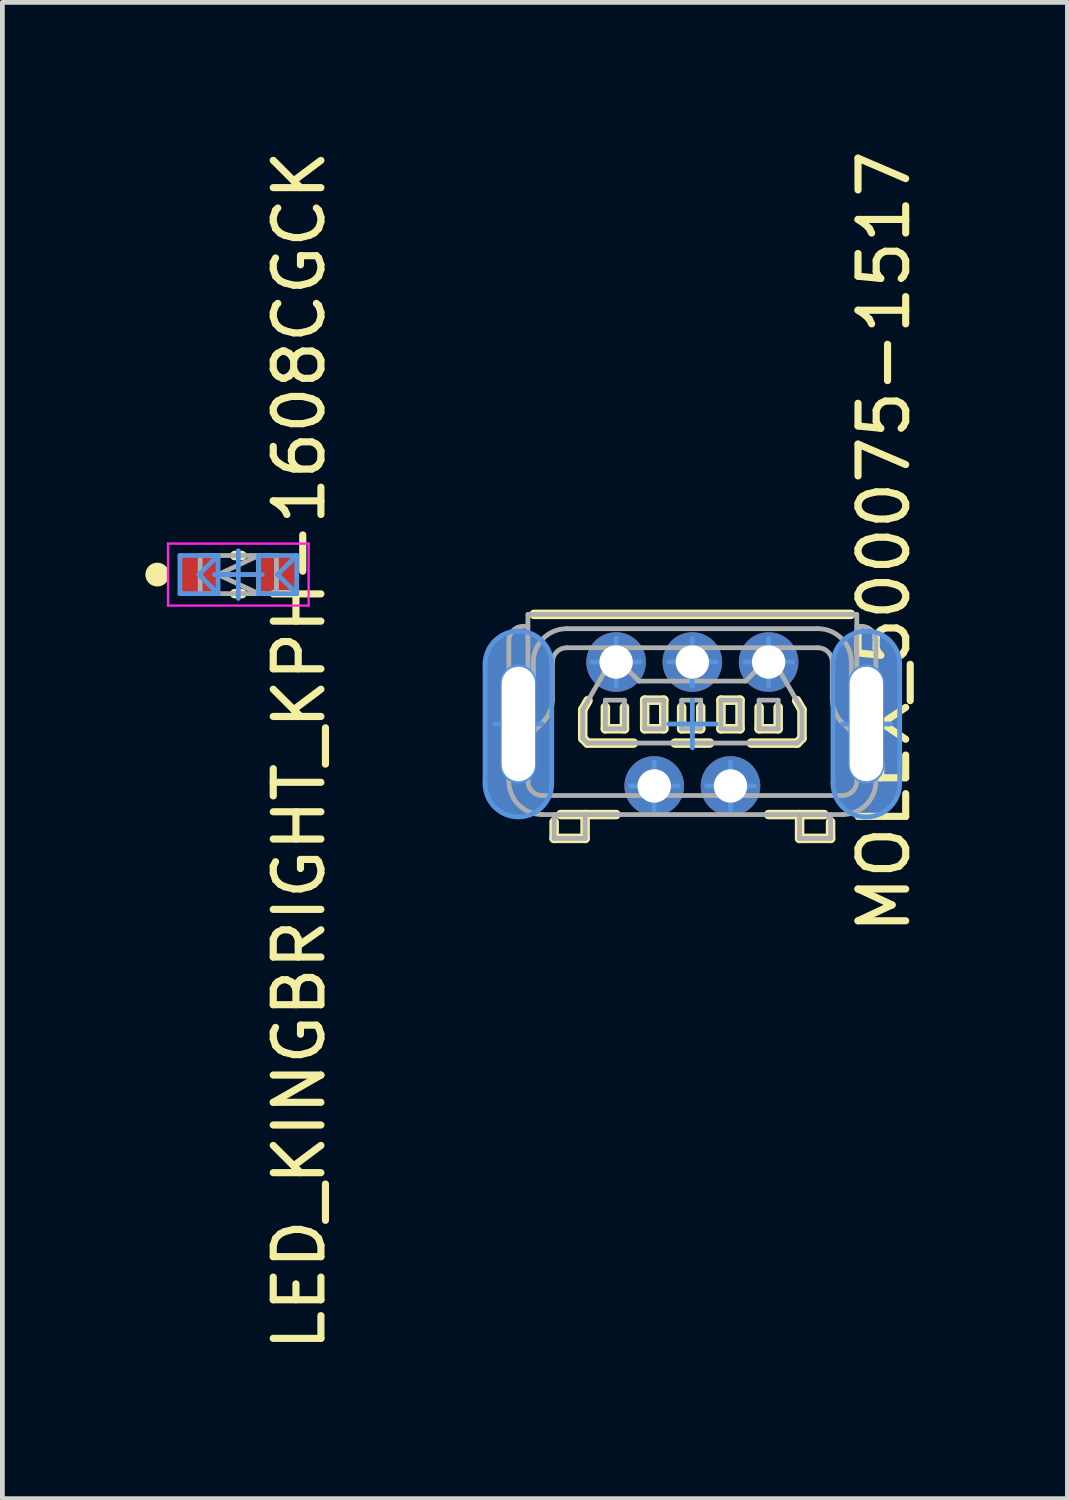
<source format=kicad_pcb>
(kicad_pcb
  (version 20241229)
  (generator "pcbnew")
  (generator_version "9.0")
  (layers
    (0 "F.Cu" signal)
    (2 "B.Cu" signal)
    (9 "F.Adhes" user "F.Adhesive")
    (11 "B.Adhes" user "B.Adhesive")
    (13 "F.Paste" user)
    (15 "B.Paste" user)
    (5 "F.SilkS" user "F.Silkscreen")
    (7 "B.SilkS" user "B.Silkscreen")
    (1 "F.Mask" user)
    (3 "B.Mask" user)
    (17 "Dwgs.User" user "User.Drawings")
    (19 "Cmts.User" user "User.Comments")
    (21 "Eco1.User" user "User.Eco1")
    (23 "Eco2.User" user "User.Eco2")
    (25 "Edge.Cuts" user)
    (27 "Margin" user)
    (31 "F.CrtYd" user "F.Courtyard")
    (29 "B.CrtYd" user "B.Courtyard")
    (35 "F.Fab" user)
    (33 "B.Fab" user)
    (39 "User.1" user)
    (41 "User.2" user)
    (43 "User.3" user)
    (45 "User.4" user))
  (footprint "LED_KINGBRIGHT_KPH-1608CGCK"
    (layer "F.Cu")
    (at 1.95 9.005)
    (property "Reference" "LED_KINGBRIGHT_KPH-1608CGCK" (at 1.278 3.691 90) (layer "F.SilkS") (effects (font (size 1 1) (thickness 0.15))))
    (attr smd)
    (fp_line (start -0.075 -0.4) (end 0.075 -0.4) (stroke (width 0.2) (type solid)) (layer "F.SilkS"))
    (fp_line (start -0.075 0.4) (end 0.075 0.4) (stroke (width 0.2) (type solid)) (layer "F.SilkS"))
    (fp_circle (center -1.7 0) (end -1.575 0) (stroke (width 0.25) (type solid)) (fill no) (layer "F.SilkS"))
    (fp_line (start -1.225 -0.4) (end -0.425 -0.4) (stroke (width 0.1) (type solid)) (layer "Cmts.User"))
    (fp_line (start -1.225 0.4) (end -1.225 -0.4) (stroke (width 0.1) (type solid)) (layer "Cmts.User"))
    (fp_line (start -1.225 0.4) (end -0.425 0.4) (stroke (width 0.1) (type solid)) (layer "Cmts.User"))
    (fp_line (start -0.825 0) (end -0.425 -0.4) (stroke (width 0.1) (type solid)) (layer "Cmts.User"))
    (fp_line (start -0.825 0) (end -0.425 0.4) (stroke (width 0.1) (type solid)) (layer "Cmts.User"))
    (fp_line (start -0.5 0) (end 0 0) (stroke (width 0.1) (type solid)) (layer "Cmts.User"))
    (fp_line (start -0.425 0) (end 0.425 0) (stroke (width 0.1) (type solid)) (layer "Cmts.User"))
    (fp_line (start -0.425 0.4) (end -0.425 -0.4) (stroke (width 0.1) (type solid)) (layer "Cmts.User"))
    (fp_line (start 0 0) (end 0 -0.5) (stroke (width 0.1) (type solid)) (layer "Cmts.User"))
    (fp_line (start 0 0) (end 0.5 0) (stroke (width 0.1) (type solid)) (layer "Cmts.User"))
    (fp_line (start 0 0.5) (end 0 0) (stroke (width 0.1) (type solid)) (layer "Cmts.User"))
    (fp_line (start 0.425 -0.4) (end 1.225 -0.4) (stroke (width 0.1) (type solid)) (layer "Cmts.User"))
    (fp_line (start 0.425 0.4) (end 0.425 -0.4) (stroke (width 0.1) (type solid)) (layer "Cmts.User"))
    (fp_line (start 0.425 0.4) (end 1.225 0.4) (stroke (width 0.1) (type solid)) (layer "Cmts.User"))
    (fp_line (start 0.825 0) (end 1.225 -0.4) (stroke (width 0.1) (type solid)) (layer "Cmts.User"))
    (fp_line (start 0.825 0) (end 1.225 0.4) (stroke (width 0.1) (type solid)) (layer "Cmts.User"))
    (fp_line (start 1.225 0.4) (end 1.225 -0.4) (stroke (width 0.1) (type solid)) (layer "Cmts.User"))
    (fp_line (start -1.475 -0.65) (end 1.475 -0.65) (stroke (width 0.05) (type solid)) (layer "F.CrtYd"))
    (fp_line (start -1.475 0.65) (end -1.475 -0.65) (stroke (width 0.05) (type solid)) (layer "F.CrtYd"))
    (fp_line (start -1.475 0.65) (end 1.475 0.65) (stroke (width 0.05) (type solid)) (layer "F.CrtYd"))
    (fp_line (start 1.475 0.65) (end 1.475 -0.65) (stroke (width 0.05) (type solid)) (layer "F.CrtYd"))
    (fp_line (start -0.8 -0.4) (end 0.8 -0.4) (stroke (width 0.1) (type solid)) (layer "F.Fab"))
    (fp_line (start -0.8 0.4) (end -0.8 -0.4) (stroke (width 0.1) (type solid)) (layer "F.Fab"))
    (fp_line (start -0.8 0.4) (end 0.8 0.4) (stroke (width 0.1) (type solid)) (layer "F.Fab"))
    (fp_line (start -0.425 0) (end 0.425 -0.4) (stroke (width 0.1) (type solid)) (layer "F.Fab"))
    (fp_line (start -0.425 0) (end 0.425 0.4) (stroke (width 0.1) (type solid)) (layer "F.Fab"))
    (fp_line (start 0.425 0.4) (end 0.425 -0.4) (stroke (width 0.1) (type solid)) (layer "F.Fab"))
    (fp_line (start 0.8 0.4) (end 0.8 -0.4) (stroke (width 0.1) (type solid)) (layer "F.Fab"))
    (pad "1" smd rect (at -0.825 0) (size 0.8 0.8) (layers "F.Cu" "F.Mask" "F.Paste"))
    (pad "2" smd rect (at 0.825 0) (size 0.8 0.8) (layers "F.Cu" "F.Mask" "F.Paste")))
  (footprint "MOLEX_500075-1517"
    (layer "F.Cu")
    (at 11.476 12.14)
    (property "Reference" "MOLEX_500075-1517" (at 4.021 -3.824 270) (layer "F.SilkS") (effects (font (size 1 1) (thickness 0.15))))
    (attr through_hole)
    (fp_line (start -3.322 -2.3) (end 3.322 -2.3) (stroke (width 0.2) (type solid)) (layer "F.SilkS"))
    (fp_line (start -2.9 2.4) (end -2.9 2.055) (stroke (width 0.2) (type solid)) (layer "F.SilkS"))
    (fp_line (start -2.9 2.4) (end -2.25 2.4) (stroke (width 0.2) (type solid)) (layer "F.SilkS"))
    (fp_line (start -2.763 1.9) (end -1.6 1.9) (stroke (width 0.2) (type solid)) (layer "F.SilkS"))
    (fp_line (start -2.3 -0.3) (end -2.189 -0.492) (stroke (width 0.2) (type solid)) (layer "F.SilkS"))
    (fp_line (start -2.3 0.3) (end -2.3 -0.3) (stroke (width 0.2) (type solid)) (layer "F.SilkS"))
    (fp_line (start -2.3 0.3) (end -2.2 0.4) (stroke (width 0.2) (type solid)) (layer "F.SilkS"))
    (fp_line (start -2.25 2.4) (end -2.25 1.9) (stroke (width 0.2) (type solid)) (layer "F.SilkS"))
    (fp_line (start -2.2 0.4) (end -1.236 0.4) (stroke (width 0.2) (type solid)) (layer "F.SilkS"))
    (fp_line (start -1.825 0.1) (end -1.825 -0.35) (stroke (width 0.2) (type solid)) (layer "F.SilkS"))
    (fp_line (start -1.825 0.1) (end -1.425 0.1) (stroke (width 0.2) (type solid)) (layer "F.SilkS"))
    (fp_line (start -1.425 0.1) (end -1.425 -0.35) (stroke (width 0.2) (type solid)) (layer "F.SilkS"))
    (fp_line (start -1 -0.5) (end -0.6 -0.5) (stroke (width 0.2) (type solid)) (layer "F.SilkS"))
    (fp_line (start -1 0.1) (end -1 -0.5) (stroke (width 0.2) (type solid)) (layer "F.SilkS"))
    (fp_line (start -1 0.1) (end -0.6 0.1) (stroke (width 0.2) (type solid)) (layer "F.SilkS"))
    (fp_line (start -0.6 0.1) (end -0.6 -0.5) (stroke (width 0.2) (type solid)) (layer "F.SilkS"))
    (fp_line (start -0.364 0.4) (end 0.364 0.4) (stroke (width 0.2) (type solid)) (layer "F.SilkS"))
    (fp_line (start -0.225 0.1) (end -0.225 -0.35) (stroke (width 0.2) (type solid)) (layer "F.SilkS"))
    (fp_line (start -0.225 0.1) (end 0.175 0.1) (stroke (width 0.2) (type solid)) (layer "F.SilkS"))
    (fp_line (start 0.175 0.1) (end 0.175 -0.35) (stroke (width 0.2) (type solid)) (layer "F.SilkS"))
    (fp_line (start 0.6 -0.5) (end 1 -0.5) (stroke (width 0.2) (type solid)) (layer "F.SilkS"))
    (fp_line (start 0.6 0.1) (end 0.6 -0.5) (stroke (width 0.2) (type solid)) (layer "F.SilkS"))
    (fp_line (start 0.6 0.1) (end 1 0.1) (stroke (width 0.2) (type solid)) (layer "F.SilkS"))
    (fp_line (start 1 0.1) (end 1 -0.5) (stroke (width 0.2) (type solid)) (layer "F.SilkS"))
    (fp_line (start 1.236 0.4) (end 2.2 0.4) (stroke (width 0.2) (type solid)) (layer "F.SilkS"))
    (fp_line (start 1.4 0.1) (end 1.4 -0.35) (stroke (width 0.2) (type solid)) (layer "F.SilkS"))
    (fp_line (start 1.4 0.1) (end 1.8 0.1) (stroke (width 0.2) (type solid)) (layer "F.SilkS"))
    (fp_line (start 1.6 1.9) (end 2.763 1.9) (stroke (width 0.2) (type solid)) (layer "F.SilkS"))
    (fp_line (start 1.8 0.1) (end 1.8 -0.35) (stroke (width 0.2) (type solid)) (layer "F.SilkS"))
    (fp_line (start 2.189 -0.492) (end 2.3 -0.3) (stroke (width 0.2) (type solid)) (layer "F.SilkS"))
    (fp_line (start 2.2 0.4) (end 2.3 0.3) (stroke (width 0.2) (type solid)) (layer "F.SilkS"))
    (fp_line (start 2.25 2.4) (end 2.25 1.9) (stroke (width 0.2) (type solid)) (layer "F.SilkS"))
    (fp_line (start 2.25 2.4) (end 2.9 2.4) (stroke (width 0.2) (type solid)) (layer "F.SilkS"))
    (fp_line (start 2.3 0.3) (end 2.3 -0.3) (stroke (width 0.2) (type solid)) (layer "F.SilkS"))
    (fp_line (start 2.9 2.4) (end 2.9 2.055) (stroke (width 0.2) (type solid)) (layer "F.SilkS"))
    (fp_line (start -4.35 1.25) (end -4.35 -1.25) (stroke (width 0.1) (type solid)) (layer "Cmts.User"))
    (fp_line (start -4.15 0) (end -3.65 0) (stroke (width 0.1) (type solid)) (layer "Cmts.User"))
    (fp_line (start -3.975 0.875) (end -3.975 -0.875) (stroke (width 0.1) (type solid)) (layer "Cmts.User"))
    (fp_line (start -3.65 0) (end -3.65 -0.5) (stroke (width 0.1) (type solid)) (layer "Cmts.User"))
    (fp_line (start -3.65 0) (end -3.15 0) (stroke (width 0.1) (type solid)) (layer "Cmts.User"))
    (fp_line (start -3.65 0.5) (end -3.65 0) (stroke (width 0.1) (type solid)) (layer "Cmts.User"))
    (fp_line (start -3.325 0.875) (end -3.325 -0.875) (stroke (width 0.1) (type solid)) (layer "Cmts.User"))
    (fp_line (start -2.95 1.25) (end -2.95 -1.25) (stroke (width 0.1) (type solid)) (layer "Cmts.User"))
    (fp_line (start -2.1 -1.3) (end -1.6 -1.3) (stroke (width 0.1) (type solid)) (layer "Cmts.User"))
    (fp_line (start -1.6 -1.3) (end -1.6 -1.8) (stroke (width 0.1) (type solid)) (layer "Cmts.User"))
    (fp_line (start -1.6 -1.3) (end -1.1 -1.3) (stroke (width 0.1) (type solid)) (layer "Cmts.User"))
    (fp_line (start -1.6 -0.8) (end -1.6 -1.3) (stroke (width 0.1) (type solid)) (layer "Cmts.User"))
    (fp_line (start -1.3 1.3) (end -0.8 1.3) (stroke (width 0.1) (type solid)) (layer "Cmts.User"))
    (fp_line (start -0.8 1.3) (end -0.8 0.8) (stroke (width 0.1) (type solid)) (layer "Cmts.User"))
    (fp_line (start -0.8 1.3) (end -0.3 1.3) (stroke (width 0.1) (type solid)) (layer "Cmts.User"))
    (fp_line (start -0.8 1.8) (end -0.8 1.3) (stroke (width 0.1) (type solid)) (layer "Cmts.User"))
    (fp_line (start -0.5 -1.3) (end 0 -1.3) (stroke (width 0.1) (type solid)) (layer "Cmts.User"))
    (fp_line (start -0.5 0) (end 0 0) (stroke (width 0.1) (type solid)) (layer "Cmts.User"))
    (fp_line (start 0 -1.3) (end 0 -1.8) (stroke (width 0.1) (type solid)) (layer "Cmts.User"))
    (fp_line (start 0 -1.3) (end 0.5 -1.3) (stroke (width 0.1) (type solid)) (layer "Cmts.User"))
    (fp_line (start 0 -0.8) (end 0 -1.3) (stroke (width 0.1) (type solid)) (layer "Cmts.User"))
    (fp_line (start 0 0) (end 0 -0.5) (stroke (width 0.1) (type solid)) (layer "Cmts.User"))
    (fp_line (start 0 0) (end 0.5 0) (stroke (width 0.1) (type solid)) (layer "Cmts.User"))
    (fp_line (start 0 0.5) (end 0 0) (stroke (width 0.1) (type solid)) (layer "Cmts.User"))
    (fp_line (start 0.3 1.3) (end 0.8 1.3) (stroke (width 0.1) (type solid)) (layer "Cmts.User"))
    (fp_line (start 0.8 1.3) (end 0.8 0.8) (stroke (width 0.1) (type solid)) (layer "Cmts.User"))
    (fp_line (start 0.8 1.3) (end 1.3 1.3) (stroke (width 0.1) (type solid)) (layer "Cmts.User"))
    (fp_line (start 0.8 1.8) (end 0.8 1.3) (stroke (width 0.1) (type solid)) (layer "Cmts.User"))
    (fp_line (start 1.1 -1.3) (end 1.6 -1.3) (stroke (width 0.1) (type solid)) (layer "Cmts.User"))
    (fp_line (start 1.6 -1.3) (end 1.6 -1.8) (stroke (width 0.1) (type solid)) (layer "Cmts.User"))
    (fp_line (start 1.6 -1.3) (end 2.1 -1.3) (stroke (width 0.1) (type solid)) (layer "Cmts.User"))
    (fp_line (start 1.6 -0.8) (end 1.6 -1.3) (stroke (width 0.1) (type solid)) (layer "Cmts.User"))
    (fp_line (start 2.95 1.25) (end 2.95 -1.25) (stroke (width 0.1) (type solid)) (layer "Cmts.User"))
    (fp_line (start 3.15 0) (end 3.65 0) (stroke (width 0.1) (type solid)) (layer "Cmts.User"))
    (fp_line (start 3.325 0.875) (end 3.325 -0.875) (stroke (width 0.1) (type solid)) (layer "Cmts.User"))
    (fp_line (start 3.65 0) (end 3.65 -0.5) (stroke (width 0.1) (type solid)) (layer "Cmts.User"))
    (fp_line (start 3.65 0) (end 4.15 0) (stroke (width 0.1) (type solid)) (layer "Cmts.User"))
    (fp_line (start 3.65 0.5) (end 3.65 0) (stroke (width 0.1) (type solid)) (layer "Cmts.User"))
    (fp_line (start 3.975 0.875) (end 3.975 -0.875) (stroke (width 0.1) (type solid)) (layer "Cmts.User"))
    (fp_line (start 4.35 1.25) (end 4.35 -1.25) (stroke (width 0.1) (type solid)) (layer "Cmts.User"))
    (fp_arc (start -4.35 -1.25) (mid -3.65 -1.95) (end -2.95 -1.25) (stroke (width 0.1) (type solid)) (layer "Cmts.User"))
    (fp_arc (start -3.975 -0.875) (mid -3.65 -1.2) (end -3.325 -0.875) (stroke (width 0.1) (type solid)) (layer "Cmts.User"))
    (fp_arc (start -3.325 0.875) (mid -3.65 1.2) (end -3.975 0.875) (stroke (width 0.1) (type solid)) (layer "Cmts.User"))
    (fp_arc (start -2.95 1.25) (mid -3.65 1.95) (end -4.35 1.25) (stroke (width 0.1) (type solid)) (layer "Cmts.User"))
    (fp_arc (start 2.95 -1.25) (mid 3.65 -1.95) (end 4.35 -1.25) (stroke (width 0.1) (type solid)) (layer "Cmts.User"))
    (fp_arc (start 3.325 -0.875) (mid 3.65 -1.2) (end 3.975 -0.875) (stroke (width 0.1) (type solid)) (layer "Cmts.User"))
    (fp_arc (start 3.975 0.875) (mid 3.65 1.2) (end 3.325 0.875) (stroke (width 0.1) (type solid)) (layer "Cmts.User"))
    (fp_arc (start 4.35 1.25) (mid 3.65 1.95) (end 2.95 1.25) (stroke (width 0.1) (type solid)) (layer "Cmts.User"))
    (fp_line (start -3.85 0.403) (end -3.85 -1.75) (stroke (width 0.1) (type solid)) (layer "F.Fab"))
    (fp_line (start -3.85 1.2) (end -3.85 0.403) (stroke (width 0.1) (type solid)) (layer "F.Fab"))
    (fp_line (start -3.647 -0.089) (end -3.422 -0.317) (stroke (width 0.1) (type solid)) (layer "F.Fab"))
    (fp_line (start -3.55 -2.05) (end -3.45 -2.05) (stroke (width 0.1) (type solid)) (layer "F.Fab"))
    (fp_line (start -3.45 -2.3) (end 3.45 -2.3) (stroke (width 0.1) (type solid)) (layer "F.Fab"))
    (fp_line (start -3.45 -0.288) (end -3.45 -2.3) (stroke (width 0.1) (type solid)) (layer "F.Fab"))
    (fp_line (start -3.45 1.2) (end -3.45 0.403) (stroke (width 0.1) (type solid)) (layer "F.Fab"))
    (fp_line (start -3.363 0.192) (end -3.138 -0.035) (stroke (width 0.1) (type solid)) (layer "F.Fab"))
    (fp_line (start -3.335 -0.528) (end -3.335 -1.3) (stroke (width 0.1) (type solid)) (layer "F.Fab"))
    (fp_line (start -3.15 1.5) (end 3.15 1.5) (stroke (width 0.1) (type solid)) (layer "F.Fab"))
    (fp_line (start -3.15 1.9) (end 3.15 1.9) (stroke (width 0.1) (type solid)) (layer "F.Fab"))
    (fp_line (start -2.935 -0.528) (end -2.935 -1.3) (stroke (width 0.1) (type solid)) (layer "F.Fab"))
    (fp_line (start -2.9 2.4) (end -2.9 1.9) (stroke (width 0.1) (type solid)) (layer "F.Fab"))
    (fp_line (start -2.9 2.4) (end -2.25 2.4) (stroke (width 0.1) (type solid)) (layer "F.Fab"))
    (fp_line (start -2.635 -2) (end 2.635 -2) (stroke (width 0.1) (type solid)) (layer "F.Fab"))
    (fp_line (start -2.635 -1.6) (end 2.635 -1.6) (stroke (width 0.1) (type solid)) (layer "F.Fab"))
    (fp_line (start -2.3 -0.3) (end -1.838 -1.1) (stroke (width 0.1) (type solid)) (layer "F.Fab"))
    (fp_line (start -2.3 0.3) (end -2.3 -0.3) (stroke (width 0.1) (type solid)) (layer "F.Fab"))
    (fp_line (start -2.3 0.3) (end -2.2 0.4) (stroke (width 0.1) (type solid)) (layer "F.Fab"))
    (fp_line (start -2.25 2.4) (end -2.25 1.9) (stroke (width 0.1) (type solid)) (layer "F.Fab"))
    (fp_line (start -2.2 0.4) (end 2.2 0.4) (stroke (width 0.1) (type solid)) (layer "F.Fab"))
    (fp_line (start -1.838 -1.1) (end -1.318 -1.1) (stroke (width 0.1) (type solid)) (layer "F.Fab"))
    (fp_line (start -1.825 -0.5) (end -1.425 -0.5) (stroke (width 0.1) (type solid)) (layer "F.Fab"))
    (fp_line (start -1.825 0.1) (end -1.825 -0.5) (stroke (width 0.1) (type solid)) (layer "F.Fab"))
    (fp_line (start -1.825 0.1) (end -1.425 0.1) (stroke (width 0.1) (type solid)) (layer "F.Fab"))
    (fp_line (start -1.425 0.1) (end -1.425 -0.5) (stroke (width 0.1) (type solid)) (layer "F.Fab"))
    (fp_line (start -1.318 -1.1) (end -1.118 -0.9) (stroke (width 0.1) (type solid)) (layer "F.Fab"))
    (fp_line (start -1.118 -0.9) (end 1.118 -0.9) (stroke (width 0.1) (type solid)) (layer "F.Fab"))
    (fp_line (start -1 -0.5) (end -0.6 -0.5) (stroke (width 0.1) (type solid)) (layer "F.Fab"))
    (fp_line (start -1 0.1) (end -1 -0.5) (stroke (width 0.1) (type solid)) (layer "F.Fab"))
    (fp_line (start -1 0.1) (end -0.6 0.1) (stroke (width 0.1) (type solid)) (layer "F.Fab"))
    (fp_line (start -0.6 0.1) (end -0.6 -0.5) (stroke (width 0.1) (type solid)) (layer "F.Fab"))
    (fp_line (start -0.225 -0.5) (end 0.175 -0.5) (stroke (width 0.1) (type solid)) (layer "F.Fab"))
    (fp_line (start -0.225 0.1) (end -0.225 -0.5) (stroke (width 0.1) (type solid)) (layer "F.Fab"))
    (fp_line (start -0.225 0.1) (end 0.175 0.1) (stroke (width 0.1) (type solid)) (layer "F.Fab"))
    (fp_line (start 0.175 0.1) (end 0.175 -0.5) (stroke (width 0.1) (type solid)) (layer "F.Fab"))
    (fp_line (start 0.6 -0.5) (end 1 -0.5) (stroke (width 0.1) (type solid)) (layer "F.Fab"))
    (fp_line (start 0.6 0.1) (end 0.6 -0.5) (stroke (width 0.1) (type solid)) (layer "F.Fab"))
    (fp_line (start 0.6 0.1) (end 1 0.1) (stroke (width 0.1) (type solid)) (layer "F.Fab"))
    (fp_line (start 1 0.1) (end 1 -0.5) (stroke (width 0.1) (type solid)) (layer "F.Fab"))
    (fp_line (start 1.118 -0.9) (end 1.318 -1.1) (stroke (width 0.1) (type solid)) (layer "F.Fab"))
    (fp_line (start 1.318 -1.1) (end 1.838 -1.1) (stroke (width 0.1) (type solid)) (layer "F.Fab"))
    (fp_line (start 1.4 -0.5) (end 1.8 -0.5) (stroke (width 0.1) (type solid)) (layer "F.Fab"))
    (fp_line (start 1.4 0.1) (end 1.4 -0.5) (stroke (width 0.1) (type solid)) (layer "F.Fab"))
    (fp_line (start 1.4 0.1) (end 1.8 0.1) (stroke (width 0.1) (type solid)) (layer "F.Fab"))
    (fp_line (start 1.8 0.1) (end 1.8 -0.5) (stroke (width 0.1) (type solid)) (layer "F.Fab"))
    (fp_line (start 1.838 -1.1) (end 2.3 -0.3) (stroke (width 0.1) (type solid)) (layer "F.Fab"))
    (fp_line (start 2.2 0.4) (end 2.3 0.3) (stroke (width 0.1) (type solid)) (layer "F.Fab"))
    (fp_line (start 2.25 2.4) (end 2.25 1.9) (stroke (width 0.1) (type solid)) (layer "F.Fab"))
    (fp_line (start 2.25 2.4) (end 2.9 2.4) (stroke (width 0.1) (type solid)) (layer "F.Fab"))
    (fp_line (start 2.3 0.3) (end 2.3 -0.3) (stroke (width 0.1) (type solid)) (layer "F.Fab"))
    (fp_line (start 2.9 2.4) (end 2.9 1.9) (stroke (width 0.1) (type solid)) (layer "F.Fab"))
    (fp_line (start 2.935 -0.528) (end 2.935 -1.3) (stroke (width 0.1) (type solid)) (layer "F.Fab"))
    (fp_line (start 3.138 -0.035) (end 3.363 0.192) (stroke (width 0.1) (type solid)) (layer "F.Fab"))
    (fp_line (start 3.335 -0.528) (end 3.335 -1.3) (stroke (width 0.1) (type solid)) (layer "F.Fab"))
    (fp_line (start 3.422 -0.317) (end 3.647 -0.089) (stroke (width 0.1) (type solid)) (layer "F.Fab"))
    (fp_line (start 3.45 -2.05) (end 3.55 -2.05) (stroke (width 0.1) (type solid)) (layer "F.Fab"))
    (fp_line (start 3.45 -0.288) (end 3.45 -2.3) (stroke (width 0.1) (type solid)) (layer "F.Fab"))
    (fp_line (start 3.45 1.2) (end 3.45 0.403) (stroke (width 0.1) (type solid)) (layer "F.Fab"))
    (fp_line (start 3.85 0.403) (end 3.85 -1.75) (stroke (width 0.1) (type solid)) (layer "F.Fab"))
    (fp_line (start 3.85 1.2) (end 3.85 0.403) (stroke (width 0.1) (type solid)) (layer "F.Fab"))
    (fp_arc (start -3.85 -1.75) (mid -3.762132 -1.962132) (end -3.55 -2.05) (stroke (width 0.1) (type solid)) (layer "F.Fab"))
    (fp_arc (start -3.849329 0.406536) (mid -3.797449 0.138645) (end -3.647 -0.089) (stroke (width 0.1) (type solid)) (layer "F.Fab"))
    (fp_arc (start -3.449813 0.404414) (mid -3.427532 0.289573) (end -3.363 0.192) (stroke (width 0.1) (type solid)) (layer "F.Fab"))
    (fp_arc (start -3.335187 -0.529414) (mid -3.357468 -0.414573) (end -3.422 -0.317) (stroke (width 0.1) (type solid)) (layer "F.Fab"))
    (fp_arc (start -3.335 -1.3) (mid -3.129975 -1.794975) (end -2.635 -2) (stroke (width 0.1) (type solid)) (layer "F.Fab"))
    (fp_arc (start -3.15 1.5) (mid -3.362132 1.412132) (end -3.45 1.2) (stroke (width 0.1) (type solid)) (layer "F.Fab"))
    (fp_arc (start -3.15 1.9) (mid -3.644975 1.694975) (end -3.85 1.2) (stroke (width 0.1) (type solid)) (layer "F.Fab"))
    (fp_arc (start -2.935 -1.3) (mid -2.847132 -1.512132) (end -2.635 -1.6) (stroke (width 0.1) (type solid)) (layer "F.Fab"))
    (fp_arc (start -2.934964 -0.530828) (mid -2.987169 -0.262721) (end -3.138 -0.035) (stroke (width 0.1) (type solid)) (layer "F.Fab"))
    (fp_arc (start 2.635 -2) (mid 3.129975 -1.794975) (end 3.335 -1.3) (stroke (width 0.1) (type solid)) (layer "F.Fab"))
    (fp_arc (start 2.635 -1.6) (mid 2.847132 -1.512132) (end 2.935 -1.3) (stroke (width 0.1) (type solid)) (layer "F.Fab"))
    (fp_arc (start 3.140025 -0.033025) (mid 2.988284 -0.260121) (end 2.935 -0.528) (stroke (width 0.1) (type solid)) (layer "F.Fab"))
    (fp_arc (start 3.362132 0.190868) (mid 3.427164 0.288195) (end 3.45 0.403) (stroke (width 0.1) (type solid)) (layer "F.Fab"))
    (fp_arc (start 3.422868 -0.315868) (mid 3.357836 -0.413195) (end 3.335 -0.528) (stroke (width 0.1) (type solid)) (layer "F.Fab"))
    (fp_arc (start 3.45 1.2) (mid 3.362132 1.412132) (end 3.15 1.5) (stroke (width 0.1) (type solid)) (layer "F.Fab"))
    (fp_arc (start 3.55 -2.05) (mid 3.762132 -1.962132) (end 3.85 -1.75) (stroke (width 0.1) (type solid)) (layer "F.Fab"))
    (fp_arc (start 3.644975 -0.091975) (mid 3.796716 0.135121) (end 3.85 0.403) (stroke (width 0.1) (type solid)) (layer "F.Fab"))
    (fp_arc (start 3.85 1.2) (mid 3.644975 1.694975) (end 3.15 1.9) (stroke (width 0.1) (type solid)) (layer "F.Fab"))
    (pad "1" thru_hole circle (at 1.6 -1.3) (size 1.25 1.25) (drill 0.7) (layers "*.Cu" "*.Mask"))
    (pad "2" thru_hole circle (at 0.8 1.3) (size 1.25 1.25) (drill 0.7) (layers "*.Cu" "*.Mask"))
    (pad "3" thru_hole circle (at 0 -1.3) (size 1.25 1.25) (drill 0.7) (layers "*.Cu" "*.Mask"))
    (pad "4" thru_hole circle (at -0.8 1.3) (size 1.25 1.25) (drill 0.7) (layers "*.Cu" "*.Mask"))
    (pad "5" thru_hole circle (at -1.6 -1.3) (size 1.25 1.25) (drill 0.7) (layers "*.Cu" "*.Mask"))
    (pad "6" thru_hole roundrect (at -3.65 0 90) (size 3.9 1.4) (drill oval 2.4 0.7) (layers "*.Cu" "*.Mask") (roundrect_rratio 0.5))
    (pad "6" thru_hole roundrect (at 3.65 0 90) (size 3.9 1.4) (drill oval 2.4 0.7) (layers "*.Cu" "*.Mask") (roundrect_rratio 0.5)))
  (gr_rect
    (start -3 -3)
    (end 19.345 28.393)
    (stroke (width 0.1) (type default))
    (fill no)
    (layer "Edge.Cuts")))
</source>
